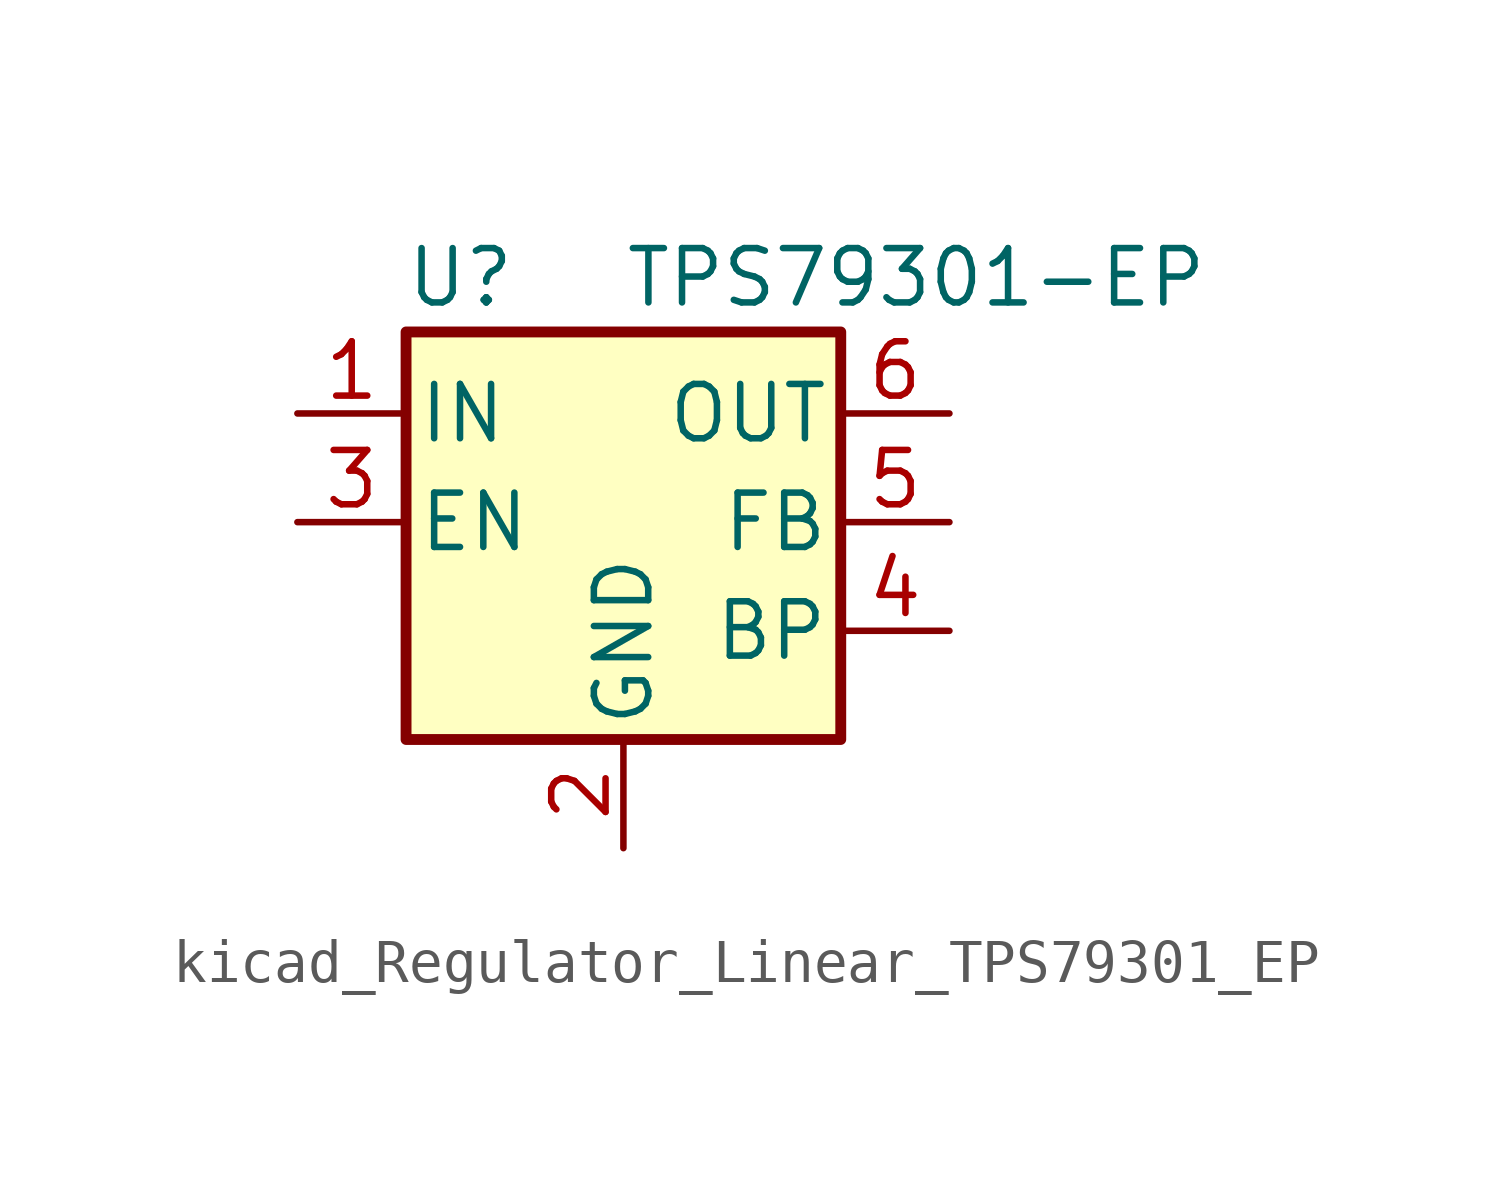
<source format=kicad_sym>
(kicad_symbol_lib
  (version 20220914)
  (generator kicad_symbol_editor)
  (symbol "kicad_Regulator_Linear_TPS79301_EP"
    (pin_names
      (offset 0.254))
    (property "Reference" "U"
      (at -3.81 5.715 0)
      (effects (font (size 1.27 1.27))))
    (property "Value" "TPS79301-EP"
      (at 0 5.715 0)
      (effects (font (size 1.27 1.27)) (justify left)))
    (symbol "kicad_Regulator_Linear_TPS79301_EP_1_1"
      (rectangle (start 5.08 -5.08) (end -5.08 4.445) (stroke (width 0.254) (type default)) (fill (type background)))
      (pin power_in line (at -7.62 2.54 0) (length 2.54) (name "IN" (effects (font (size 1.27 1.27)))) (number "1" (effects (font (size 1.27 1.27)))))
      (pin power_in line (at 0 -7.62 90) (length 2.54) (name "GND" (effects (font (size 1.27 1.27)))) (number "2" (effects (font (size 1.27 1.27)))))
      (pin input line (at -7.62 0 0) (length 2.54) (name "EN" (effects (font (size 1.27 1.27)))) (number "3" (effects (font (size 1.27 1.27)))))
      (pin passive line (at 7.62 -2.54 180) (length 2.54) (name "BP" (effects (font (size 1.27 1.27)))) (number "4" (effects (font (size 1.27 1.27)))))
      (pin input line (at 7.62 0 180) (length 2.54) (name "FB" (effects (font (size 1.27 1.27)))) (number "5" (effects (font (size 1.27 1.27)))))
      (pin power_out line (at 7.62 2.54 180) (length 2.54) (name "OUT" (effects (font (size 1.27 1.27)))) (number "6" (effects (font (size 1.27 1.27))))))))
</source>
